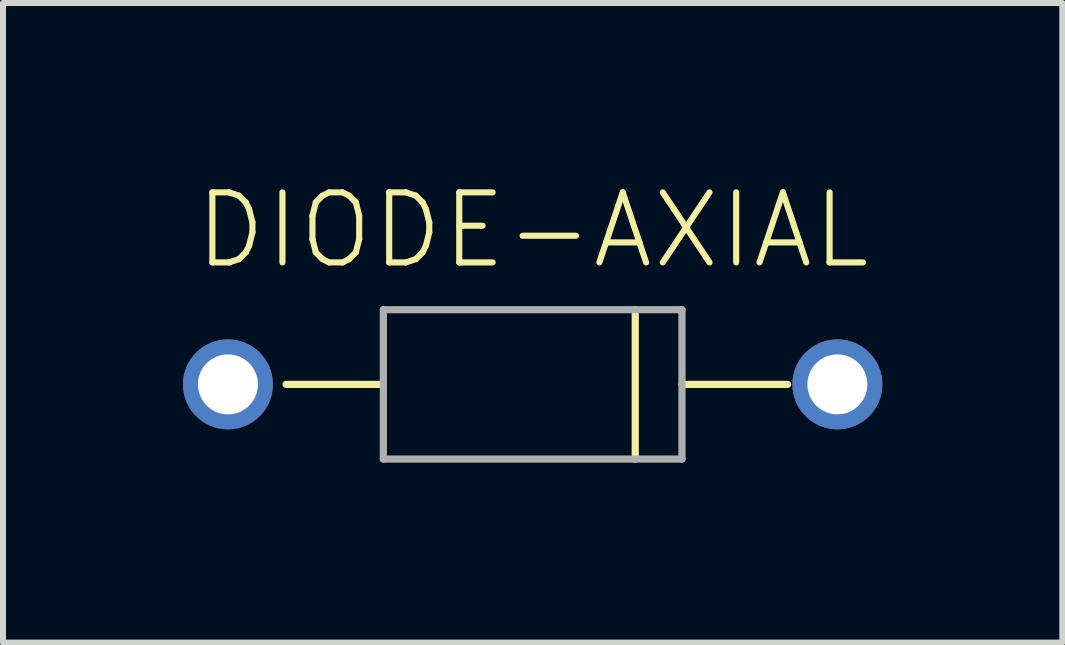
<source format=kicad_pcb>
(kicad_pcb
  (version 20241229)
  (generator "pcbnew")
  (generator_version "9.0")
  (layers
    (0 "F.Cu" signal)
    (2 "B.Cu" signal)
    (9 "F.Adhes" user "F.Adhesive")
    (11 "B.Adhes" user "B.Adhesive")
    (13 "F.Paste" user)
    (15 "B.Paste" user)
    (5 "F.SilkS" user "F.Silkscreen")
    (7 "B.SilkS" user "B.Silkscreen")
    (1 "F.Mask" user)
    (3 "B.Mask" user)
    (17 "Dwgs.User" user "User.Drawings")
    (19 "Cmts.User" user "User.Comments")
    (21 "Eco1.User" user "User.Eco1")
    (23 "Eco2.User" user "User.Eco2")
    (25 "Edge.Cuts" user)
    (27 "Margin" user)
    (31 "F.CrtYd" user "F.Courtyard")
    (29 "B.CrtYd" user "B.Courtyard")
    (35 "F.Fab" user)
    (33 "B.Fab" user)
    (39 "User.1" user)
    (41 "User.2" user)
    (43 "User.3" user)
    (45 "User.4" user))
  (footprint "DIODE-AXIAL"
    (layer "F.Cu")
    (at 5.83 3.358)
    (property "Reference" "DIODE-AXIAL" (at 0 -1.885 0) (layer "F.SilkS") (effects (font (size 1.168 1.168) (thickness 0.102)) (justify bottom)))
    (fp_line (start -2.489 0) (end -4.111 0) (stroke (width 0.12) (type solid)) (layer "F.SilkS"))
    (fp_line (start 1.71 -1.245) (end 1.71 1.245) (stroke (width 0.12) (type solid)) (layer "F.SilkS"))
    (fp_line (start 4.25 0) (end 2.489 0) (stroke (width 0.12) (type solid)) (layer "F.SilkS"))
    (fp_line (start -2.489 -1.245) (end 2.489 -1.245) (stroke (width 0.12) (type solid)) (layer "F.Fab"))
    (fp_line (start -2.489 1.245) (end -2.489 -1.245) (stroke (width 0.12) (type solid)) (layer "F.Fab"))
    (fp_line (start 2.489 -1.245) (end 2.489 1.245) (stroke (width 0.12) (type solid)) (layer "F.Fab"))
    (fp_line (start 2.489 1.245) (end -2.489 1.245) (stroke (width 0.12) (type solid)) (layer "F.Fab"))
    (pad "1" thru_hole circle (at -5.08 0) (size 1.5 1.5) (drill 1) (layers "*.Cu" "*.Mask"))
    (pad "2" thru_hole circle (at 5.08 0) (size 1.5 1.5) (drill 1) (layers "*.Cu" "*.Mask")))
  (gr_rect
    (start -3 -3)
    (end 14.66 7.663)
    (stroke (width 0.1) (type default))
    (fill no)
    (layer "Edge.Cuts")))
</source>
